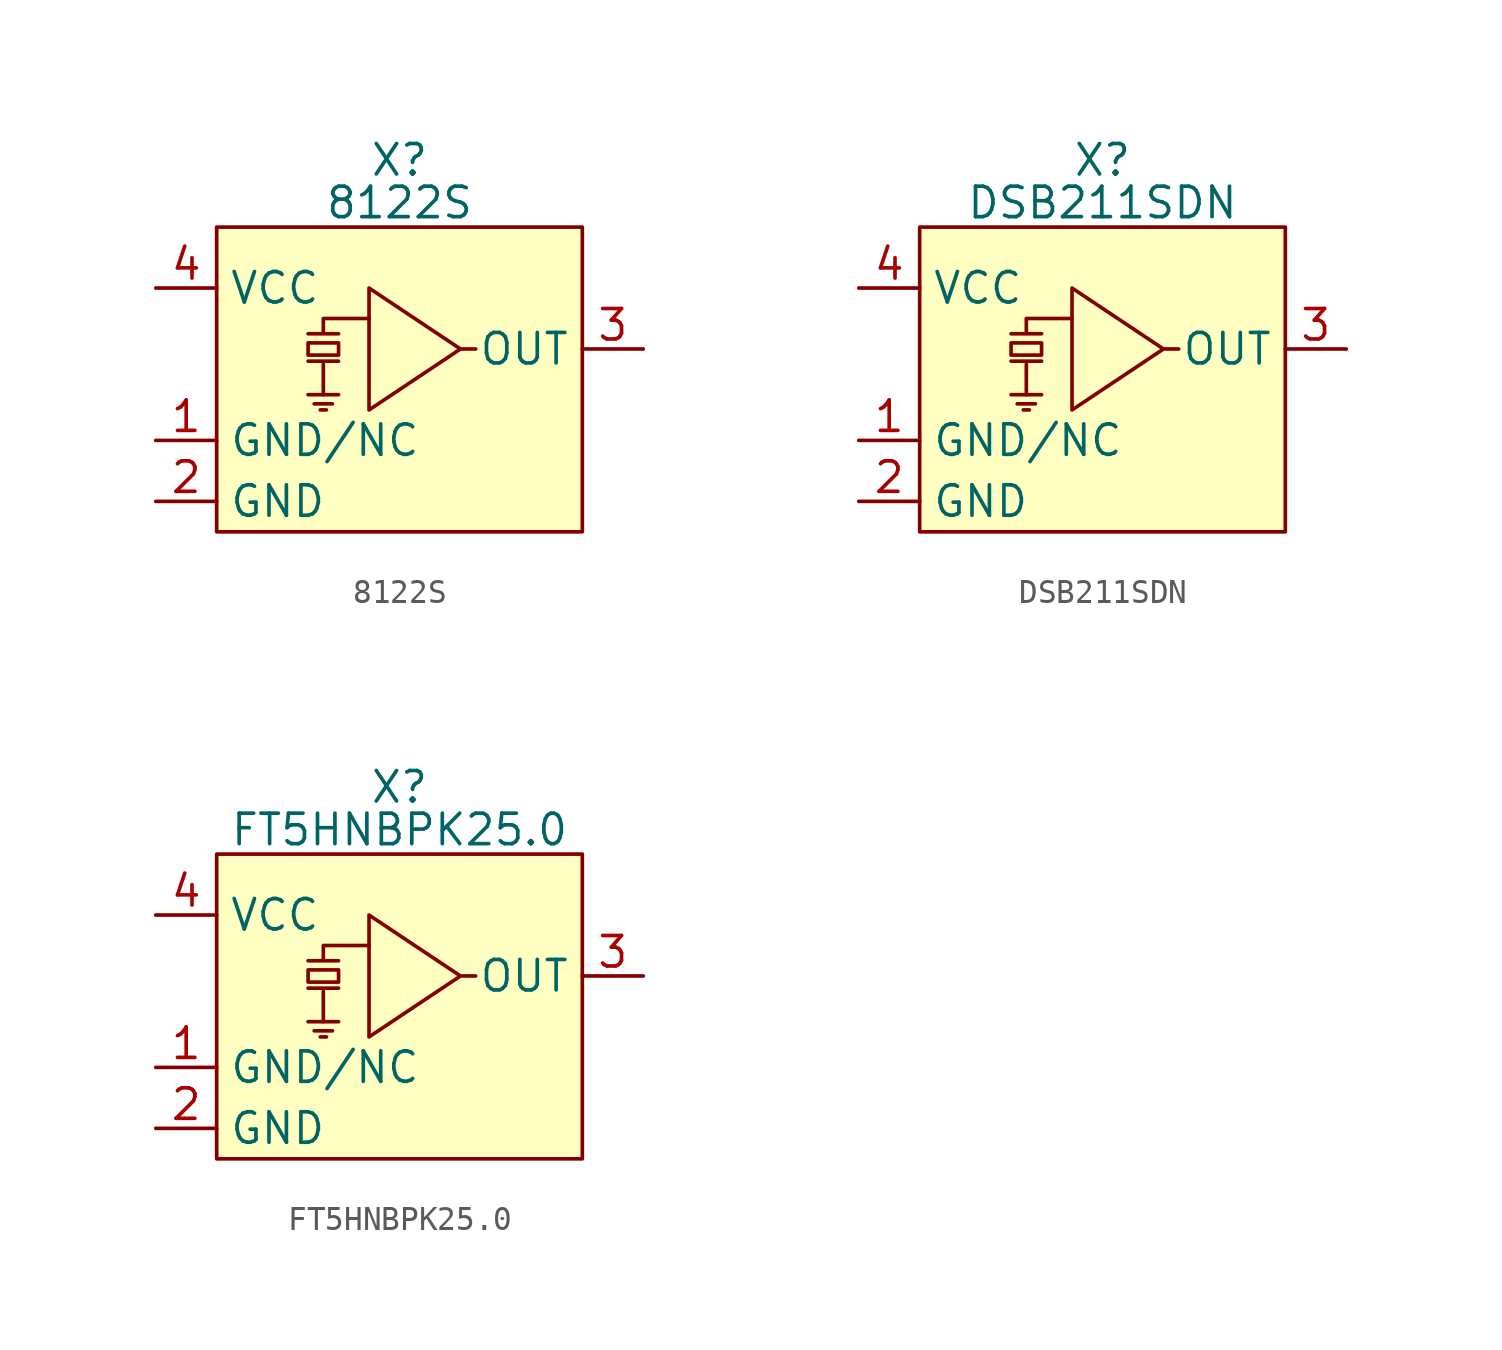
<source format=kicad_sym>
(kicad_symbol_lib
  (version 20241209)
  (generator "kicad_symbol_editor")
  (generator_version "9.0")
  (symbol "8122S"
    (property "Reference" "X"
      (at 0 7.874 0)
      (do_not_autoplace)
      (effects (font (size 1.27 1.27))))
    (property "Value" "8122S"
      (at 0 6.096 0)
      (do_not_autoplace)
      (effects (font (size 1.27 1.27))))
    (symbol "8122S_0_1"
      (polyline (pts (xy -3.81 0.254) (xy -2.54 0.254) (xy -2.54 -0.254) (xy -3.81 -0.254) (xy -3.81 0.254)) (stroke (width 0) (type default)) (fill (type none)))
      (polyline (pts (xy -3.81 -0.508) (xy -2.54 -0.508)) (stroke (width 0) (type default)) (fill (type none)))
      (polyline (pts (xy -3.556 -2.286) (xy -2.794 -2.286)) (stroke (width 0) (type default)) (fill (type none)))
      (polyline (pts (xy -3.175 -0.635) (xy -3.175 -1.905)) (stroke (width 0) (type default)) (fill (type none)))
      (polyline (pts (xy -3.175 -1.905) (xy -2.54 -1.905) (xy -3.81 -1.905)) (stroke (width 0) (type default)) (fill (type none)))
      (polyline (pts (xy -3.048 -2.54) (xy -3.302 -2.54)) (stroke (width 0) (type default)) (fill (type none)))
      (polyline (pts (xy -1.27 1.27) (xy -3.175 1.27) (xy -3.175 0.635) (xy -3.81 0.635) (xy -2.54 0.635)) (stroke (width 0) (type default)) (fill (type none)))
      (polyline (pts (xy 3.175 0) (xy 2.54 0) (xy -1.27 2.54) (xy -1.27 -2.54) (xy 2.54 0)) (stroke (width 0) (type default)) (fill (type none))))
    (symbol "8122S_1_1"
      (rectangle (start -7.62 5.08) (end 7.62 -7.62) (stroke (width 0) (type default)) (fill (type background)))
      (pin passive line (at -10.16 2.54 0) (length 2.54) (name "VCC" (effects (font (size 1.27 1.27)))) (number "4" (effects (font (size 1.27 1.27)))))
      (pin power_in line (at -10.16 -3.81 0) (length 2.54) (name "GND/NC" (effects (font (size 1.27 1.27)))) (number "1" (effects (font (size 1.27 1.27)))))
      (pin power_in line (at -10.16 -6.35 0) (length 2.54) (name "GND" (effects (font (size 1.27 1.27)))) (number "2" (effects (font (size 1.27 1.27)))))
      (pin output line (at 10.16 0 180) (length 2.54) (name "OUT" (effects (font (size 1.27 1.27)))) (number "3" (effects (font (size 1.27 1.27)))))))
  (symbol "DSB211SDN"
    (property "Reference" "X"
      (at 0 7.874 0)
      (do_not_autoplace)
      (effects (font (size 1.27 1.27))))
    (property "Value" "DSB211SDN"
      (at 0 6.096 0)
      (do_not_autoplace)
      (effects (font (size 1.27 1.27))))
    (symbol "DSB211SDN_0_1"
      (polyline (pts (xy -3.81 0.254) (xy -2.54 0.254) (xy -2.54 -0.254) (xy -3.81 -0.254) (xy -3.81 0.254)) (stroke (width 0) (type default)) (fill (type none)))
      (polyline (pts (xy -3.81 -0.508) (xy -2.54 -0.508)) (stroke (width 0) (type default)) (fill (type none)))
      (polyline (pts (xy -3.556 -2.286) (xy -2.794 -2.286)) (stroke (width 0) (type default)) (fill (type none)))
      (polyline (pts (xy -3.175 -0.635) (xy -3.175 -1.905)) (stroke (width 0) (type default)) (fill (type none)))
      (polyline (pts (xy -3.175 -1.905) (xy -2.54 -1.905) (xy -3.81 -1.905)) (stroke (width 0) (type default)) (fill (type none)))
      (polyline (pts (xy -3.048 -2.54) (xy -3.302 -2.54)) (stroke (width 0) (type default)) (fill (type none)))
      (polyline (pts (xy -1.27 1.27) (xy -3.175 1.27) (xy -3.175 0.635) (xy -3.81 0.635) (xy -2.54 0.635)) (stroke (width 0) (type default)) (fill (type none)))
      (polyline (pts (xy 3.175 0) (xy 2.54 0) (xy -1.27 2.54) (xy -1.27 -2.54) (xy 2.54 0)) (stroke (width 0) (type default)) (fill (type none))))
    (symbol "DSB211SDN_1_1"
      (rectangle (start -7.62 5.08) (end 7.62 -7.62) (stroke (width 0) (type default)) (fill (type background)))
      (pin passive line (at -10.16 2.54 0) (length 2.54) (name "VCC" (effects (font (size 1.27 1.27)))) (number "4" (effects (font (size 1.27 1.27)))))
      (pin power_in line (at -10.16 -3.81 0) (length 2.54) (name "GND/NC" (effects (font (size 1.27 1.27)))) (number "1" (effects (font (size 1.27 1.27)))))
      (pin power_in line (at -10.16 -6.35 0) (length 2.54) (name "GND" (effects (font (size 1.27 1.27)))) (number "2" (effects (font (size 1.27 1.27)))))
      (pin output line (at 10.16 0 180) (length 2.54) (name "OUT" (effects (font (size 1.27 1.27)))) (number "3" (effects (font (size 1.27 1.27)))))))
  (symbol "FT5HNBPK25.0"
    (property "Reference" "X"
      (at 0 7.874 0)
      (do_not_autoplace)
      (effects (font (size 1.27 1.27))))
    (property "Value" "FT5HNBPK25.0"
      (at 0 6.096 0)
      (do_not_autoplace)
      (effects (font (size 1.27 1.27))))
    (symbol "FT5HNBPK25.0_0_1"
      (polyline (pts (xy -3.81 0.254) (xy -2.54 0.254) (xy -2.54 -0.254) (xy -3.81 -0.254) (xy -3.81 0.254)) (stroke (width 0) (type default)) (fill (type none)))
      (polyline (pts (xy -3.81 -0.508) (xy -2.54 -0.508)) (stroke (width 0) (type default)) (fill (type none)))
      (polyline (pts (xy -3.556 -2.286) (xy -2.794 -2.286)) (stroke (width 0) (type default)) (fill (type none)))
      (polyline (pts (xy -3.175 -0.635) (xy -3.175 -1.905)) (stroke (width 0) (type default)) (fill (type none)))
      (polyline (pts (xy -3.175 -1.905) (xy -2.54 -1.905) (xy -3.81 -1.905)) (stroke (width 0) (type default)) (fill (type none)))
      (polyline (pts (xy -3.048 -2.54) (xy -3.302 -2.54)) (stroke (width 0) (type default)) (fill (type none)))
      (polyline (pts (xy -1.27 1.27) (xy -3.175 1.27) (xy -3.175 0.635) (xy -3.81 0.635) (xy -2.54 0.635)) (stroke (width 0) (type default)) (fill (type none)))
      (polyline (pts (xy 3.175 0) (xy 2.54 0) (xy -1.27 2.54) (xy -1.27 -2.54) (xy 2.54 0)) (stroke (width 0) (type default)) (fill (type none))))
    (symbol "FT5HNBPK25.0_1_1"
      (rectangle (start -7.62 5.08) (end 7.62 -7.62) (stroke (width 0) (type default)) (fill (type background)))
      (pin passive line (at -10.16 2.54 0) (length 2.54) (name "VCC" (effects (font (size 1.27 1.27)))) (number "4" (effects (font (size 1.27 1.27)))))
      (pin power_in line (at -10.16 -3.81 0) (length 2.54) (name "GND/NC" (effects (font (size 1.27 1.27)))) (number "1" (effects (font (size 1.27 1.27)))))
      (pin power_in line (at -10.16 -6.35 0) (length 2.54) (name "GND" (effects (font (size 1.27 1.27)))) (number "2" (effects (font (size 1.27 1.27)))))
      (pin output line (at 10.16 0 180) (length 2.54) (name "OUT" (effects (font (size 1.27 1.27)))) (number "3" (effects (font (size 1.27 1.27))))))))
</source>
